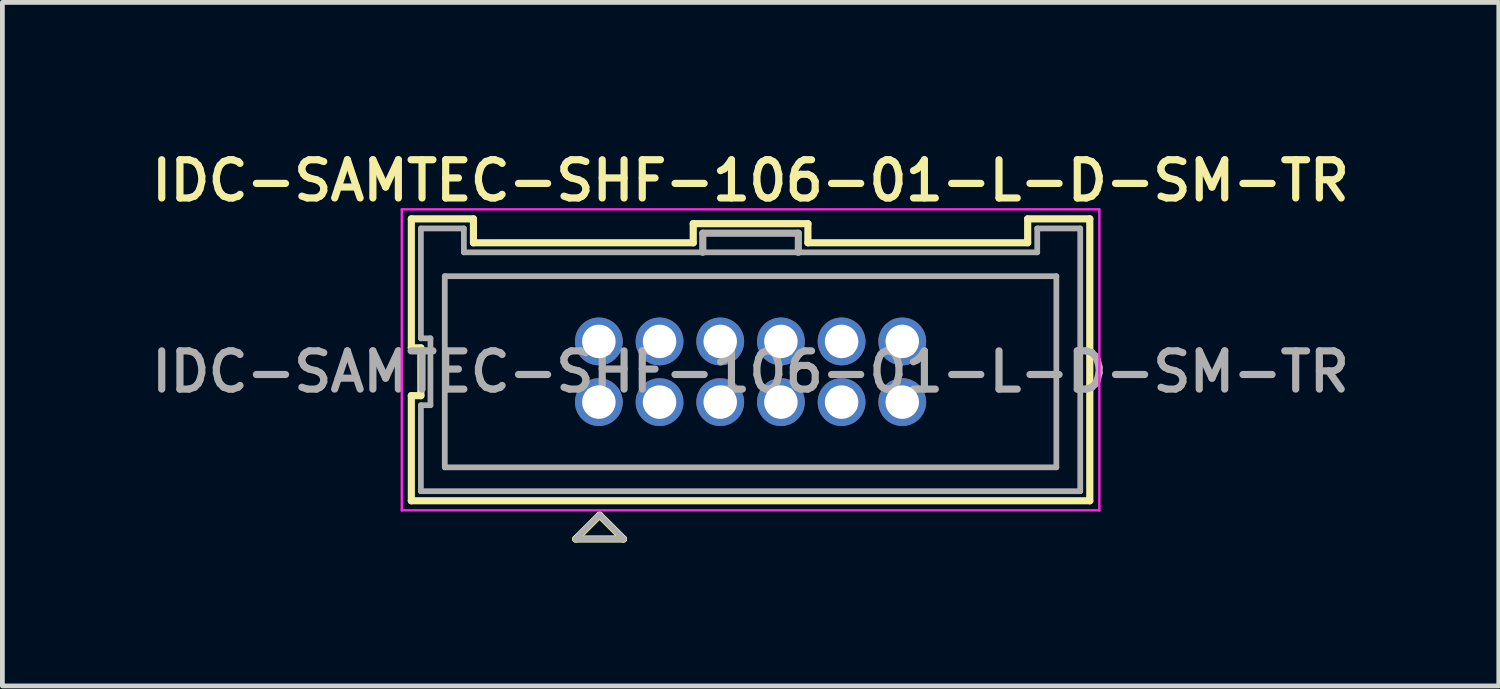
<source format=kicad_pcb>
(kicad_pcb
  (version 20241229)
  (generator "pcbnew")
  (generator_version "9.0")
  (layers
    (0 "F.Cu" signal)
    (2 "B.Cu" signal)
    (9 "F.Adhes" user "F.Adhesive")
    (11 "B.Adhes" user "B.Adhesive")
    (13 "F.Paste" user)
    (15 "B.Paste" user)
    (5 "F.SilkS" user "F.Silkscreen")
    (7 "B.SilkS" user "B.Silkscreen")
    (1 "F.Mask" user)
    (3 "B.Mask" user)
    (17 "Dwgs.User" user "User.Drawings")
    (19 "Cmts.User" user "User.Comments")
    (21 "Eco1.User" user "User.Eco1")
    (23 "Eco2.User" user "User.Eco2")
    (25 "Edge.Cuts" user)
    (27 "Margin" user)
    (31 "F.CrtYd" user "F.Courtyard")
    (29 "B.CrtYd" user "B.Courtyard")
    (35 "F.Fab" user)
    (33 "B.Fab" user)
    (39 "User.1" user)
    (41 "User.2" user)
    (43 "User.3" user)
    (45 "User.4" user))
  (footprint "IDC-SAMTEC-SHF-106-01-L-D-SM-TR"
    (layer "F.Cu")
    (at 12.659 4.731)
    (property "Reference" "IDC-SAMTEC-SHF-106-01-L-D-SM-TR" (at 0 -4 0) (layer "F.SilkS") (effects (font (size 0.8 0.8) (thickness 0.15))))
    (attr through_hole)
    (fp_line (start -7.1 -3.2) (end -7.1 -0.5) (stroke (width 0.15) (type solid)) (layer "F.SilkS"))
    (fp_line (start -7.1 -3.2) (end -5.8 -3.2) (stroke (width 0.15) (type solid)) (layer "F.SilkS"))
    (fp_line (start -7.1 -0.5) (end -6.9 -0.5) (stroke (width 0.15) (type solid)) (layer "F.SilkS"))
    (fp_line (start -7.1 0.5) (end -7.1 2.7) (stroke (width 0.15) (type solid)) (layer "F.SilkS"))
    (fp_line (start -7.1 2.7) (end 7.1 2.7) (stroke (width 0.15) (type solid)) (layer "F.SilkS"))
    (fp_line (start -6.9 -0.5) (end -6.9 0.5) (stroke (width 0.15) (type solid)) (layer "F.SilkS"))
    (fp_line (start -6.9 0.5) (end -7.1 0.5) (stroke (width 0.15) (type solid)) (layer "F.SilkS"))
    (fp_line (start -5.8 -3.2) (end -5.8 -2.7) (stroke (width 0.15) (type solid)) (layer "F.SilkS"))
    (fp_line (start -5.8 -2.7) (end -1.2 -2.7) (stroke (width 0.15) (type solid)) (layer "F.SilkS"))
    (fp_line (start -3.66 3.5) (end -2.66 3.5) (stroke (width 0.15) (type solid)) (layer "F.SilkS"))
    (fp_line (start -3.16 3) (end -3.66 3.5) (stroke (width 0.15) (type solid)) (layer "F.SilkS"))
    (fp_line (start -2.66 3.5) (end -3.16 3) (stroke (width 0.15) (type solid)) (layer "F.SilkS"))
    (fp_line (start -1.2 -3.1) (end 1.2 -3.1) (stroke (width 0.15) (type solid)) (layer "F.SilkS"))
    (fp_line (start -1.2 -2.7) (end -1.2 -3.1) (stroke (width 0.15) (type solid)) (layer "F.SilkS"))
    (fp_line (start 1.2 -3.1) (end 1.2 -2.7) (stroke (width 0.15) (type solid)) (layer "F.SilkS"))
    (fp_line (start 1.2 -2.7) (end 5.8 -2.7) (stroke (width 0.15) (type solid)) (layer "F.SilkS"))
    (fp_line (start 5.8 -3.2) (end 5.8 -2.7) (stroke (width 0.15) (type solid)) (layer "F.SilkS"))
    (fp_line (start 5.8 -3.2) (end 7.1 -3.2) (stroke (width 0.15) (type solid)) (layer "F.SilkS"))
    (fp_line (start 7.1 2.7) (end 7.1 -3.2) (stroke (width 0.15) (type solid)) (layer "F.SilkS"))
    (fp_line (start -7.3 -3.4) (end 7.3 -3.4) (stroke (width 0.05) (type solid)) (layer "F.CrtYd"))
    (fp_line (start -7.3 2.9) (end -7.3 -3.4) (stroke (width 0.05) (type solid)) (layer "F.CrtYd"))
    (fp_line (start 7.3 -3.4) (end 7.3 2.9) (stroke (width 0.05) (type solid)) (layer "F.CrtYd"))
    (fp_line (start 7.3 2.9) (end -7.3 2.9) (stroke (width 0.05) (type solid)) (layer "F.CrtYd"))
    (fp_line (start -6.9 -3) (end -6 -3) (stroke (width 0.12) (type solid)) (layer "F.Fab"))
    (fp_line (start -6.9 -0.7) (end -6.9 -3) (stroke (width 0.12) (type solid)) (layer "F.Fab"))
    (fp_line (start -6.9 0.7) (end -6.7 0.7) (stroke (width 0.12) (type solid)) (layer "F.Fab"))
    (fp_line (start -6.9 2.5) (end -6.9 0.7) (stroke (width 0.12) (type solid)) (layer "F.Fab"))
    (fp_line (start -6.7 -0.7) (end -6.9 -0.7) (stroke (width 0.12) (type solid)) (layer "F.Fab"))
    (fp_line (start -6.7 0.7) (end -6.7 -0.7) (stroke (width 0.12) (type solid)) (layer "F.Fab"))
    (fp_line (start -6.4 2) (end -6.4 -2) (stroke (width 0.12) (type solid)) (layer "F.Fab"))
    (fp_line (start -6.4 2) (end 6.4 2) (stroke (width 0.12) (type solid)) (layer "F.Fab"))
    (fp_line (start -6 -3) (end -6 -2.5) (stroke (width 0.12) (type solid)) (layer "F.Fab"))
    (fp_line (start -6 -2.5) (end 6 -2.5) (stroke (width 0.12) (type solid)) (layer "F.Fab"))
    (fp_line (start -3.66 3.5) (end -2.66 3.5) (stroke (width 0.12) (type solid)) (layer "F.Fab"))
    (fp_line (start -3.375 -0.8) (end -2.975 -0.8) (stroke (width 0.1) (type solid)) (layer "F.Fab"))
    (fp_line (start -3.375 -0.4) (end -3.375 -0.8) (stroke (width 0.1) (type solid)) (layer "F.Fab"))
    (fp_line (start -3.375 0.4) (end -2.975 0.4) (stroke (width 0.1) (type solid)) (layer "F.Fab"))
    (fp_line (start -3.375 0.8) (end -3.375 0.4) (stroke (width 0.1) (type solid)) (layer "F.Fab"))
    (fp_line (start -3.16 3) (end -3.66 3.5) (stroke (width 0.12) (type solid)) (layer "F.Fab"))
    (fp_line (start -2.975 -0.8) (end -2.975 -0.4) (stroke (width 0.1) (type solid)) (layer "F.Fab"))
    (fp_line (start -2.975 -0.4) (end -3.375 -0.4) (stroke (width 0.1) (type solid)) (layer "F.Fab"))
    (fp_line (start -2.975 0.4) (end -2.975 0.8) (stroke (width 0.1) (type solid)) (layer "F.Fab"))
    (fp_line (start -2.975 0.8) (end -3.375 0.8) (stroke (width 0.1) (type solid)) (layer "F.Fab"))
    (fp_line (start -2.66 3.5) (end -3.16 3) (stroke (width 0.12) (type solid)) (layer "F.Fab"))
    (fp_line (start -2.105 -0.8) (end -1.705 -0.8) (stroke (width 0.1) (type solid)) (layer "F.Fab"))
    (fp_line (start -2.105 -0.4) (end -2.105 -0.8) (stroke (width 0.1) (type solid)) (layer "F.Fab"))
    (fp_line (start -2.105 0.4) (end -1.705 0.4) (stroke (width 0.1) (type solid)) (layer "F.Fab"))
    (fp_line (start -2.105 0.8) (end -2.105 0.4) (stroke (width 0.1) (type solid)) (layer "F.Fab"))
    (fp_line (start -1.705 -0.8) (end -1.705 -0.4) (stroke (width 0.1) (type solid)) (layer "F.Fab"))
    (fp_line (start -1.705 -0.4) (end -2.105 -0.4) (stroke (width 0.1) (type solid)) (layer "F.Fab"))
    (fp_line (start -1.705 0.4) (end -1.705 0.8) (stroke (width 0.1) (type solid)) (layer "F.Fab"))
    (fp_line (start -1.705 0.8) (end -2.105 0.8) (stroke (width 0.1) (type solid)) (layer "F.Fab"))
    (fp_line (start -1 -2.9) (end 1 -2.9) (stroke (width 0.15) (type solid)) (layer "F.Fab"))
    (fp_line (start -1 -2.5) (end -1 -2.9) (stroke (width 0.15) (type solid)) (layer "F.Fab"))
    (fp_line (start -0.835 -0.8) (end -0.435 -0.8) (stroke (width 0.1) (type solid)) (layer "F.Fab"))
    (fp_line (start -0.835 -0.4) (end -0.835 -0.8) (stroke (width 0.1) (type solid)) (layer "F.Fab"))
    (fp_line (start -0.835 0.4) (end -0.435 0.4) (stroke (width 0.1) (type solid)) (layer "F.Fab"))
    (fp_line (start -0.835 0.8) (end -0.835 0.4) (stroke (width 0.1) (type solid)) (layer "F.Fab"))
    (fp_line (start -0.435 -0.8) (end -0.435 -0.4) (stroke (width 0.1) (type solid)) (layer "F.Fab"))
    (fp_line (start -0.435 -0.4) (end -0.835 -0.4) (stroke (width 0.1) (type solid)) (layer "F.Fab"))
    (fp_line (start -0.435 0.4) (end -0.435 0.8) (stroke (width 0.1) (type solid)) (layer "F.Fab"))
    (fp_line (start -0.435 0.8) (end -0.835 0.8) (stroke (width 0.1) (type solid)) (layer "F.Fab"))
    (fp_line (start 0.435 -0.8) (end 0.835 -0.8) (stroke (width 0.1) (type solid)) (layer "F.Fab"))
    (fp_line (start 0.435 -0.4) (end 0.435 -0.8) (stroke (width 0.1) (type solid)) (layer "F.Fab"))
    (fp_line (start 0.435 0.4) (end 0.835 0.4) (stroke (width 0.1) (type solid)) (layer "F.Fab"))
    (fp_line (start 0.435 0.8) (end 0.435 0.4) (stroke (width 0.1) (type solid)) (layer "F.Fab"))
    (fp_line (start 0.835 -0.8) (end 0.835 -0.4) (stroke (width 0.1) (type solid)) (layer "F.Fab"))
    (fp_line (start 0.835 -0.4) (end 0.435 -0.4) (stroke (width 0.1) (type solid)) (layer "F.Fab"))
    (fp_line (start 0.835 0.4) (end 0.835 0.8) (stroke (width 0.1) (type solid)) (layer "F.Fab"))
    (fp_line (start 0.835 0.8) (end 0.435 0.8) (stroke (width 0.1) (type solid)) (layer "F.Fab"))
    (fp_line (start 1 -2.9) (end 1 -2.5) (stroke (width 0.15) (type solid)) (layer "F.Fab"))
    (fp_line (start 1.705 -0.8) (end 2.105 -0.8) (stroke (width 0.1) (type solid)) (layer "F.Fab"))
    (fp_line (start 1.705 -0.4) (end 1.705 -0.8) (stroke (width 0.1) (type solid)) (layer "F.Fab"))
    (fp_line (start 1.705 0.4) (end 2.105 0.4) (stroke (width 0.1) (type solid)) (layer "F.Fab"))
    (fp_line (start 1.705 0.8) (end 1.705 0.4) (stroke (width 0.1) (type solid)) (layer "F.Fab"))
    (fp_line (start 2.105 -0.8) (end 2.105 -0.4) (stroke (width 0.1) (type solid)) (layer "F.Fab"))
    (fp_line (start 2.105 -0.4) (end 1.705 -0.4) (stroke (width 0.1) (type solid)) (layer "F.Fab"))
    (fp_line (start 2.105 0.4) (end 2.105 0.8) (stroke (width 0.1) (type solid)) (layer "F.Fab"))
    (fp_line (start 2.105 0.8) (end 1.705 0.8) (stroke (width 0.1) (type solid)) (layer "F.Fab"))
    (fp_line (start 2.975 -0.8) (end 3.375 -0.8) (stroke (width 0.1) (type solid)) (layer "F.Fab"))
    (fp_line (start 2.975 -0.4) (end 2.975 -0.8) (stroke (width 0.1) (type solid)) (layer "F.Fab"))
    (fp_line (start 2.975 0.4) (end 3.375 0.4) (stroke (width 0.1) (type solid)) (layer "F.Fab"))
    (fp_line (start 2.975 0.8) (end 2.975 0.4) (stroke (width 0.1) (type solid)) (layer "F.Fab"))
    (fp_line (start 3.375 -0.8) (end 3.375 -0.4) (stroke (width 0.1) (type solid)) (layer "F.Fab"))
    (fp_line (start 3.375 -0.4) (end 2.975 -0.4) (stroke (width 0.1) (type solid)) (layer "F.Fab"))
    (fp_line (start 3.375 0.4) (end 3.375 0.8) (stroke (width 0.1) (type solid)) (layer "F.Fab"))
    (fp_line (start 3.375 0.8) (end 2.975 0.8) (stroke (width 0.1) (type solid)) (layer "F.Fab"))
    (fp_line (start 6 -3) (end 6.9 -3) (stroke (width 0.12) (type solid)) (layer "F.Fab"))
    (fp_line (start 6 -2.5) (end 6 -3) (stroke (width 0.12) (type solid)) (layer "F.Fab"))
    (fp_line (start 6.4 -2) (end -6.4 -2) (stroke (width 0.12) (type solid)) (layer "F.Fab"))
    (fp_line (start 6.4 -2) (end 6.4 2) (stroke (width 0.12) (type solid)) (layer "F.Fab"))
    (fp_line (start 6.9 -3) (end 6.9 2.5) (stroke (width 0.12) (type solid)) (layer "F.Fab"))
    (fp_line (start 6.9 2.5) (end -6.9 2.5) (stroke (width 0.12) (type solid)) (layer "F.Fab"))
    (fp_text user "${REFERENCE}" (at 0 0 0) (layer "F.Fab") (effects (font (size 0.8 0.8) (thickness 0.15))))
    (pad "1" thru_hole circle (at -3.175 0.635) (size 1 1) (drill 0.7) (layers "*.Cu" "*.Mask"))
    (pad "2" thru_hole circle (at -3.175 -0.635) (size 1 1) (drill 0.7) (layers "*.Cu" "*.Mask"))
    (pad "3" thru_hole circle (at -1.905 0.635) (size 1 1) (drill 0.7) (layers "*.Cu" "*.Mask"))
    (pad "4" thru_hole circle (at -1.905 -0.635) (size 1 1) (drill 0.7) (layers "*.Cu" "*.Mask"))
    (pad "5" thru_hole circle (at -0.635 0.635) (size 1 1) (drill 0.7) (layers "*.Cu" "*.Mask"))
    (pad "6" thru_hole circle (at -0.635 -0.635) (size 1 1) (drill 0.7) (layers "*.Cu" "*.Mask"))
    (pad "7" thru_hole circle (at 0.635 0.635) (size 1 1) (drill 0.7) (layers "*.Cu" "*.Mask"))
    (pad "8" thru_hole circle (at 0.635 -0.635) (size 1 1) (drill 0.7) (layers "*.Cu" "*.Mask"))
    (pad "9" thru_hole circle (at 1.905 0.635) (size 1 1) (drill 0.7) (layers "*.Cu" "*.Mask"))
    (pad "10" thru_hole circle (at 1.905 -0.635) (size 1 1) (drill 0.7) (layers "*.Cu" "*.Mask"))
    (pad "11" thru_hole circle (at 3.175 0.635) (size 1 1) (drill 0.7) (layers "*.Cu" "*.Mask"))
    (pad "12" thru_hole circle (at 3.175 -0.635) (size 1 1) (drill 0.7) (layers "*.Cu" "*.Mask")))
  (gr_rect
    (start -3 -3)
    (end 28.319 11.306)
    (stroke (width 0.1) (type default))
    (fill no)
    (layer "Edge.Cuts")))
</source>
